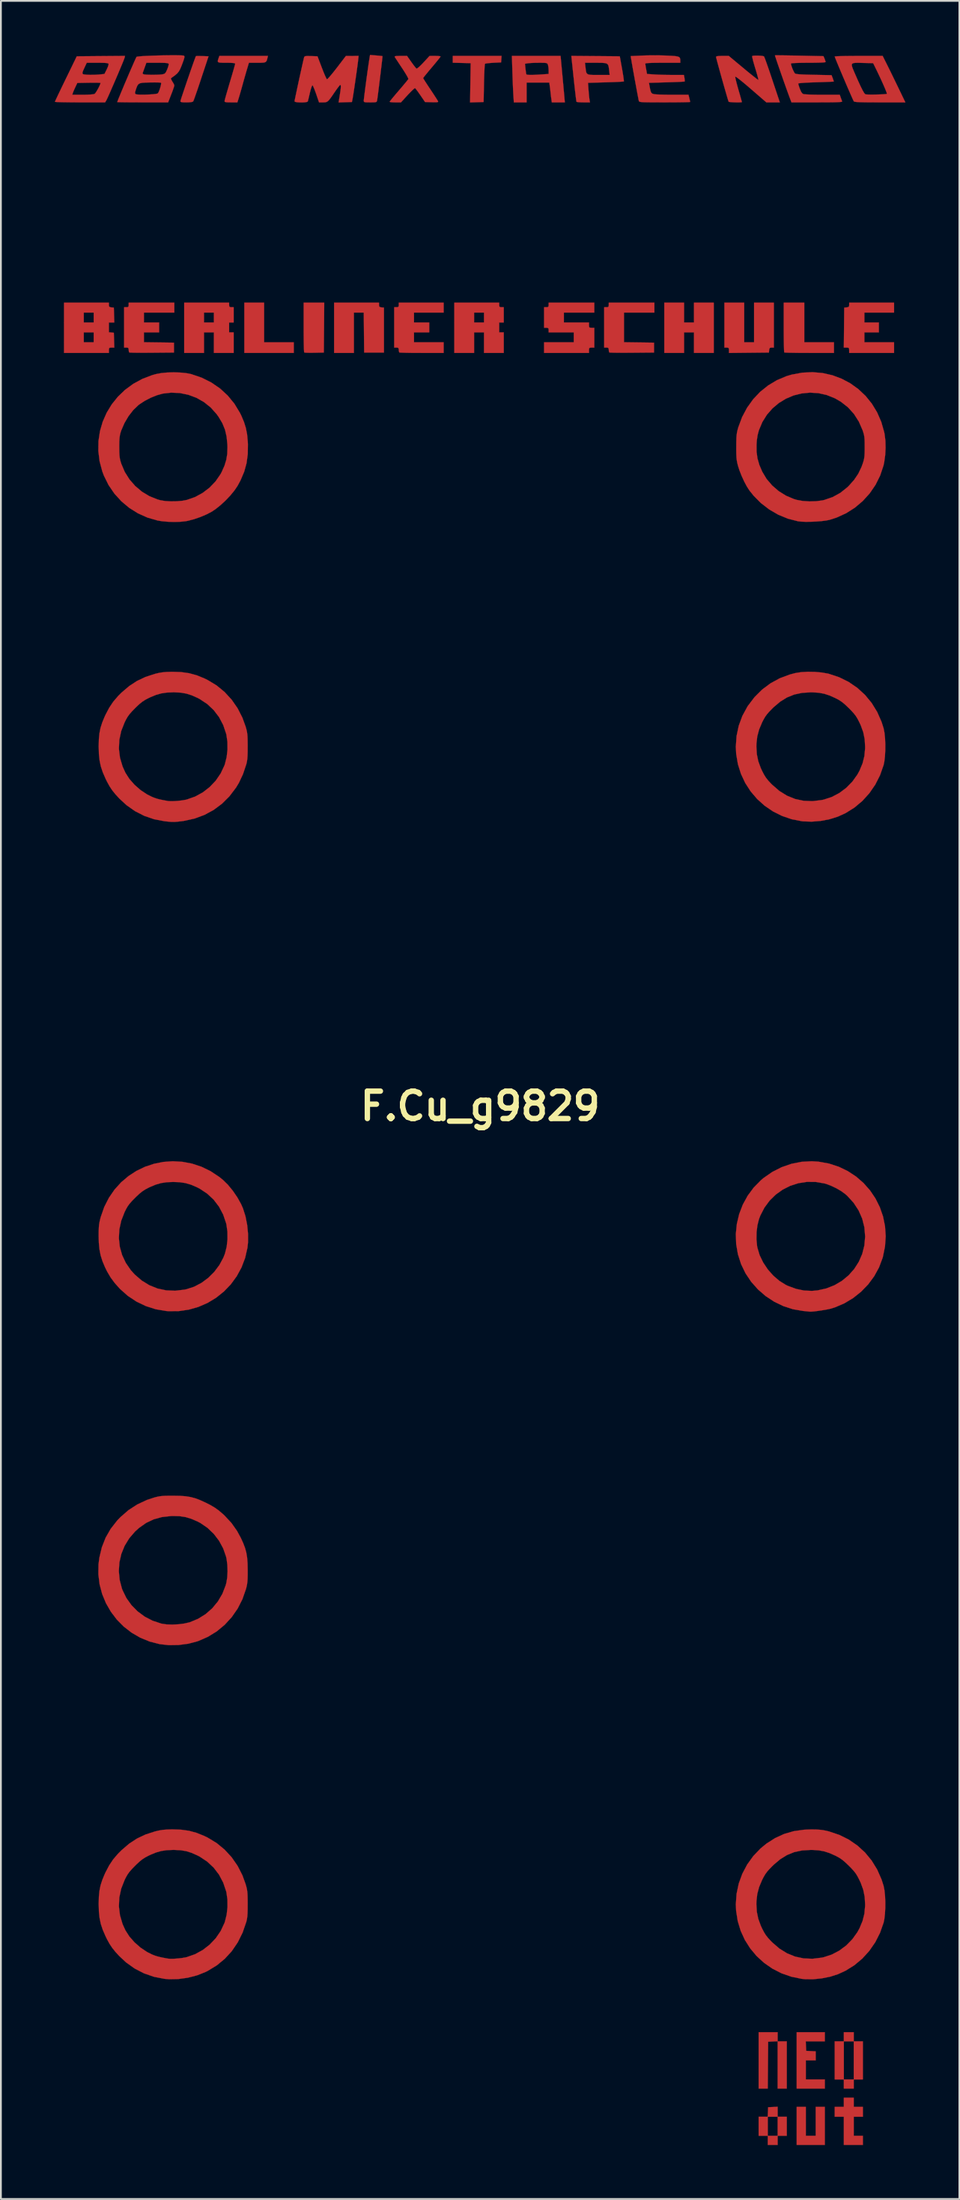
<source format=kicad_pcb>
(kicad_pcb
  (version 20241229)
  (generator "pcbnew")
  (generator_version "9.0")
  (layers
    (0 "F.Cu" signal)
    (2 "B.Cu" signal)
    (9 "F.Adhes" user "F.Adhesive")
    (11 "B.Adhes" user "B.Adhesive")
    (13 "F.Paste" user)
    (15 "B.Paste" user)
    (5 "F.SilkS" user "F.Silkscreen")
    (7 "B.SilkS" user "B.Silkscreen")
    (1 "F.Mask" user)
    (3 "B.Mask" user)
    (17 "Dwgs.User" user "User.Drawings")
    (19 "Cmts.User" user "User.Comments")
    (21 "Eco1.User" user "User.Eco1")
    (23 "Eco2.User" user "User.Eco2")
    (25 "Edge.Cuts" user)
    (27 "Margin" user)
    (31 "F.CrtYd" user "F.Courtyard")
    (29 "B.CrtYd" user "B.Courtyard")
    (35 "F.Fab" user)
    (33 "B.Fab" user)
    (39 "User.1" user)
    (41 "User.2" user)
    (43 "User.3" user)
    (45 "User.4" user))
  (footprint "F.Cu_g9829"
    (layer "F.Cu")
    (at 23.668 58.436)
    (property "Reference" "F.Cu_g9829" (at 0 0 0) (layer "F.SilkS") (effects (font (size 1.524 1.524) (thickness 0.3))))
    (attr through_hole)
    (fp_poly (pts (xy 17.06 54.61) (xy 16.552 54.61) (xy 16.552 51.985) (xy 17.06 51.985) (xy 17.06 54.61)) (stroke (width 0.01) (type solid)) (fill yes) (layer "F.Cu"))
    (fp_poly (pts (xy -12.023 -42.46) (xy -10.372 -42.46) (xy -10.372 -41.868) (xy -13.123 -41.868) (xy -13.123 -44.662) (xy -12.023 -44.662) (xy -12.023 -42.46)) (stroke (width 0.01) (type solid)) (fill yes) (layer "F.Cu"))
    (fp_poly (pts (xy 16.552 51.981) (xy 16.288 51.994) (xy 16.023 52.007) (xy 16.001 54.61) (xy 15.494 54.61) (xy 15.494 51.477) (xy 16.552 51.477) (xy 16.552 51.981)) (stroke (width 0.01) (type solid)) (fill yes) (layer "F.Cu"))
    (fp_poly (pts (xy 18.119 57.235) (xy 18.669 57.235) (xy 18.669 55.626) (xy 19.177 55.626) (xy 19.177 57.743) (xy 17.611 57.743) (xy 17.611 55.626) (xy 18.119 55.626) (xy 18.119 57.235)) (stroke (width 0.01) (type solid)) (fill yes) (layer "F.Cu"))
    (fp_poly (pts (xy 11.345 -43.561) (xy 11.896 -43.561) (xy 11.896 -44.662) (xy 12.996 -44.662) (xy 12.996 -41.868) (xy 11.896 -41.868) (xy 11.896 -43.011) (xy 11.345 -43.011) (xy 11.345 -41.868) (xy 10.245 -41.868) (xy 10.245 -44.662) (xy 11.345 -44.662) (xy 11.345 -43.561)) (stroke (width 0.01) (type solid)) (fill yes) (layer "F.Cu"))
    (fp_poly (pts (xy -5.63 -44.537) (xy -5.619 -44.45) (xy -5.569 -44.412) (xy -5.493 -44.4) (xy -5.355 -44.386) (xy -5.355 -41.889) (xy -6.456 -41.889) (xy -6.467 -43) (xy -6.478 -44.111) (xy -7.027 -44.111) (xy -7.027 -41.868) (xy -8.128 -41.868) (xy -8.128 -44.662) (xy -5.63 -44.662) (xy -5.63 -44.537)) (stroke (width 0.01) (type solid)) (fill yes) (layer "F.Cu"))
    (fp_poly (pts (xy 19.177 51.985) (xy 18.115 51.985) (xy 18.127 52.25) (xy 18.14 52.514) (xy 18.404 52.527) (xy 18.669 52.54) (xy 18.669 53.044) (xy 18.119 53.044) (xy 18.119 54.102) (xy 19.177 54.102) (xy 19.177 54.61) (xy 17.611 54.61) (xy 17.611 51.477) (xy 19.177 51.477) (xy 19.177 51.985)) (stroke (width 0.01) (type solid)) (fill yes) (layer "F.Cu"))
    (fp_poly (pts (xy 20.786 55.626) (xy 21.294 55.626) (xy 21.294 56.176) (xy 20.786 56.176) (xy 20.786 57.235) (xy 21.294 57.235) (xy 21.294 57.743) (xy 20.235 57.743) (xy 20.235 56.176) (xy 19.727 56.176) (xy 19.727 55.626) (xy 20.235 55.626) (xy 20.235 55.118) (xy 20.786 55.118) (xy 20.786 55.626)) (stroke (width 0.01) (type solid)) (fill yes) (layer "F.Cu"))
    (fp_poly (pts (xy 21.294 51.985) (xy 21.294 54.102) (xy 20.786 54.102) (xy 20.786 54.61) (xy 20.235 54.61) (xy 20.235 54.102) (xy 19.727 54.102) (xy 19.727 51.985) (xy 20.235 51.985) (xy 20.235 54.102) (xy 20.786 54.102) (xy 20.786 51.985) (xy 20.235 51.985) (xy 20.235 51.477) (xy 20.786 51.477) (xy 20.786 51.985) (xy 21.294 51.985)) (stroke (width 0.01) (type solid)) (fill yes) (layer "F.Cu"))
    (fp_poly (pts (xy -8.688 -43.275) (xy -8.7 -41.889) (xy -9.231 -41.877) (xy -9.435 -41.875) (xy -9.608 -41.877) (xy -9.732 -41.884) (xy -9.79 -41.894) (xy -9.792 -41.895) (xy -9.799 -41.943) (xy -9.806 -42.065) (xy -9.811 -42.252) (xy -9.816 -42.492) (xy -9.819 -42.776) (xy -9.821 -43.094) (xy -9.821 -43.293) (xy -9.821 -44.662) (xy -8.677 -44.662) (xy -8.688 -43.275)) (stroke (width 0.01) (type solid)) (fill yes) (layer "F.Cu"))
    (fp_poly (pts (xy 14.69 -42.46) (xy 15.24 -42.46) (xy 15.24 -44.662) (xy 16.341 -44.662) (xy 16.341 -42.164) (xy 16.216 -42.164) (xy 16.129 -42.153) (xy 16.091 -42.102) (xy 16.079 -42.026) (xy 16.066 -41.889) (xy 13.843 -41.866) (xy 13.843 -42.015) (xy 13.836 -42.115) (xy 13.8 -42.156) (xy 13.716 -42.164) (xy 13.589 -42.164) (xy 13.589 -44.662) (xy 14.69 -44.662) (xy 14.69 -42.46)) (stroke (width 0.01) (type solid)) (fill yes) (layer "F.Cu"))
    (fp_poly (pts (xy 1.177 -58.198) (xy 1.164 -58.018) (xy 0.734 -57.997) (xy 0.549 -57.984) (xy 0.397 -57.969) (xy 0.297 -57.951) (xy 0.268 -57.94) (xy 0.257 -57.89) (xy 0.246 -57.767) (xy 0.236 -57.583) (xy 0.226 -57.35) (xy 0.217 -57.08) (xy 0.212 -56.861) (xy 0.191 -55.816) (xy -0.562 -55.792) (xy -0.529 -57.975) (xy -1.027 -57.987) (xy -1.524 -57.999) (xy -1.524 -58.378) (xy 1.19 -58.378) (xy 1.177 -58.198)) (stroke (width 0.01) (type solid)) (fill yes) (layer "F.Cu"))
    (fp_poly (pts (xy 17.06 56.176) (xy 17.06 57.235) (xy 16.552 57.235) (xy 16.552 57.743) (xy 16.002 57.743) (xy 16.002 57.235) (xy 15.494 57.235) (xy 15.494 56.176) (xy 15.998 56.176) (xy 16.002 56.176) (xy 16.002 57.235) (xy 16.552 57.235) (xy 16.552 56.176) (xy 16.002 56.176) (xy 15.998 56.176) (xy 16.011 55.912) (xy 16.023 55.647) (xy 16.288 55.635) (xy 16.552 55.622) (xy 16.552 56.176) (xy 17.06 56.176)) (stroke (width 0.01) (type solid)) (fill yes) (layer "F.Cu"))
    (fp_poly (pts (xy 18.034 -42.46) (xy 19.685 -42.46) (xy 19.685 -41.868) (xy 18.316 -41.868) (xy 17.984 -41.869) (xy 17.679 -41.871) (xy 17.412 -41.875) (xy 17.192 -41.879) (xy 17.031 -41.885) (xy 16.938 -41.892) (xy 16.919 -41.896) (xy 16.912 -41.944) (xy 16.906 -42.066) (xy 16.901 -42.252) (xy 16.896 -42.492) (xy 16.893 -42.776) (xy 16.891 -43.094) (xy 16.891 -43.293) (xy 16.891 -44.662) (xy 18.034 -44.662) (xy 18.034 -42.46)) (stroke (width 0.01) (type solid)) (fill yes) (layer "F.Cu"))
    (fp_poly (pts (xy 23.029 -44.111) (xy 21.378 -44.111) (xy 21.378 -43.561) (xy 22.183 -43.561) (xy 22.183 -43.011) (xy 21.378 -43.011) (xy 21.378 -42.46) (xy 23.029 -42.46) (xy 23.029 -41.868) (xy 20.532 -41.868) (xy 20.532 -42.016) (xy 20.525 -42.115) (xy 20.488 -42.156) (xy 20.395 -42.164) (xy 20.383 -42.164) (xy 20.234 -42.164) (xy 20.256 -44.386) (xy 20.394 -44.4) (xy 20.49 -44.419) (xy 20.527 -44.468) (xy 20.532 -44.537) (xy 20.532 -44.662) (xy 23.029 -44.662) (xy 23.029 -44.111)) (stroke (width 0.01) (type solid)) (fill yes) (layer "F.Cu"))
    (fp_poly (pts (xy -13.97 -44.535) (xy -13.96 -44.445) (xy -13.91 -44.412) (xy -13.843 -44.408) (xy -13.716 -44.408) (xy -13.716 -43.561) (xy -13.97 -43.561) (xy -13.97 -43.011) (xy -13.716 -43.011) (xy -13.716 -41.868) (xy -14.817 -41.868) (xy -14.817 -43.011) (xy -15.367 -43.011) (xy -15.367 -41.868) (xy -16.468 -41.868) (xy -16.468 -44.111) (xy -15.367 -44.111) (xy -15.367 -43.561) (xy -14.817 -43.561) (xy -14.817 -44.111) (xy -15.367 -44.111) (xy -16.468 -44.111) (xy -16.468 -44.662) (xy -13.97 -44.662) (xy -13.97 -44.535)) (stroke (width 0.01) (type solid)) (fill yes) (layer "F.Cu"))
    (fp_poly (pts (xy 1.058 -44.535) (xy 1.069 -44.445) (xy 1.118 -44.412) (xy 1.185 -44.408) (xy 1.312 -44.408) (xy 1.312 -43.561) (xy 1.058 -43.561) (xy 1.058 -43.011) (xy 1.312 -43.011) (xy 1.312 -41.868) (xy 0.212 -41.868) (xy 0.212 -43.011) (xy -0.339 -43.011) (xy -0.339 -41.868) (xy -1.439 -41.868) (xy -1.439 -44.111) (xy -0.339 -44.111) (xy -0.339 -43.561) (xy 0.212 -43.561) (xy 0.212 -44.111) (xy -0.339 -44.111) (xy -1.439 -44.111) (xy -1.439 -44.662) (xy 1.058 -44.662) (xy 1.058 -44.535)) (stroke (width 0.01) (type solid)) (fill yes) (layer "F.Cu"))
    (fp_poly (pts (xy 9.694 -44.111) (xy 8.001 -44.111) (xy 8.001 -42.462) (xy 8.837 -42.451) (xy 9.673 -42.439) (xy 9.673 -41.889) (xy 8.443 -41.878) (xy 8.128 -41.876) (xy 7.841 -41.876) (xy 7.593 -41.878) (xy 7.394 -41.882) (xy 7.255 -41.887) (xy 7.188 -41.893) (xy 7.183 -41.895) (xy 7.162 -41.955) (xy 7.154 -42.044) (xy 7.143 -42.129) (xy 7.091 -42.161) (xy 7.027 -42.164) (xy 6.9 -42.164) (xy 6.9 -44.408) (xy 7.027 -44.408) (xy 7.117 -44.418) (xy 7.15 -44.468) (xy 7.154 -44.535) (xy 7.154 -44.662) (xy 9.694 -44.662) (xy 9.694 -44.111)) (stroke (width 0.01) (type solid)) (fill yes) (layer "F.Cu"))
    (fp_poly (pts (xy -2.032 -44.111) (xy -3.683 -44.111) (xy -3.683 -43.561) (xy -2.836 -43.561) (xy -2.836 -43.011) (xy -3.683 -43.011) (xy -3.683 -42.46) (xy -2.032 -42.46) (xy -2.032 -41.868) (xy -3.253 -41.868) (xy -3.566 -41.869) (xy -3.851 -41.871) (xy -4.098 -41.875) (xy -4.296 -41.881) (xy -4.432 -41.887) (xy -4.498 -41.894) (xy -4.501 -41.896) (xy -4.522 -41.955) (xy -4.53 -42.044) (xy -4.541 -42.129) (xy -4.593 -42.161) (xy -4.657 -42.164) (xy -4.784 -42.164) (xy -4.784 -44.408) (xy -4.657 -44.408) (xy -4.567 -44.418) (xy -4.534 -44.468) (xy -4.53 -44.535) (xy -4.53 -44.662) (xy -2.032 -44.662) (xy -2.032 -44.111)) (stroke (width 0.01) (type solid)) (fill yes) (layer "F.Cu"))
    (fp_poly (pts (xy -17.018 -44.111) (xy -18.711 -44.111) (xy -18.711 -43.561) (xy -17.865 -43.561) (xy -17.865 -43.011) (xy -18.711 -43.011) (xy -18.711 -42.462) (xy -17.875 -42.451) (xy -17.039 -42.439) (xy -17.039 -41.889) (xy -18.27 -41.878) (xy -18.584 -41.876) (xy -18.871 -41.876) (xy -19.12 -41.878) (xy -19.319 -41.882) (xy -19.457 -41.887) (xy -19.525 -41.893) (xy -19.529 -41.895) (xy -19.55 -41.955) (xy -19.558 -42.044) (xy -19.569 -42.129) (xy -19.621 -42.161) (xy -19.685 -42.164) (xy -19.812 -42.164) (xy -19.812 -44.408) (xy -19.685 -44.408) (xy -19.595 -44.418) (xy -19.562 -44.468) (xy -19.558 -44.535) (xy -19.558 -44.662) (xy -17.018 -44.662) (xy -17.018 -44.111)) (stroke (width 0.01) (type solid)) (fill yes) (layer "F.Cu"))
    (fp_poly (pts (xy -15.507 -58.37) (xy -15.458 -58.369) (xy -15.115 -58.356) (xy -15.522 -57.129) (xy -15.624 -56.821) (xy -15.72 -56.537) (xy -15.806 -56.289) (xy -15.877 -56.087) (xy -15.931 -55.94) (xy -15.964 -55.859) (xy -15.97 -55.848) (xy -16.041 -55.817) (xy -16.189 -55.799) (xy -16.346 -55.795) (xy -16.519 -55.798) (xy -16.622 -55.81) (xy -16.67 -55.832) (xy -16.679 -55.858) (xy -16.666 -55.909) (xy -16.629 -56.028) (xy -16.572 -56.202) (xy -16.499 -56.42) (xy -16.415 -56.669) (xy -16.324 -56.937) (xy -16.229 -57.213) (xy -16.135 -57.485) (xy -16.046 -57.74) (xy -15.966 -57.967) (xy -15.899 -58.154) (xy -15.849 -58.288) (xy -15.821 -58.358) (xy -15.817 -58.365) (xy -15.77 -58.371) (xy -15.66 -58.373) (xy -15.507 -58.37)) (stroke (width 0.01) (type solid)) (fill yes) (layer "F.Cu"))
    (fp_poly (pts (xy 6.35 -44.111) (xy 4.657 -44.111) (xy 4.657 -43.561) (xy 6.054 -43.561) (xy 6.054 -43.413) (xy 6.06 -43.314) (xy 6.097 -43.273) (xy 6.191 -43.265) (xy 6.202 -43.265) (xy 6.35 -43.265) (xy 6.35 -42.164) (xy 6.202 -42.164) (xy 6.103 -42.157) (xy 6.062 -42.12) (xy 6.054 -42.027) (xy 6.054 -42.016) (xy 6.054 -41.868) (xy 3.556 -41.868) (xy 3.556 -42.46) (xy 5.207 -42.46) (xy 5.207 -43.011) (xy 3.81 -43.011) (xy 3.81 -43.138) (xy 3.8 -43.228) (xy 3.75 -43.261) (xy 3.683 -43.265) (xy 3.556 -43.265) (xy 3.556 -44.408) (xy 3.683 -44.408) (xy 3.773 -44.418) (xy 3.806 -44.468) (xy 3.81 -44.535) (xy 3.81 -44.662) (xy 6.35 -44.662) (xy 6.35 -44.111)) (stroke (width 0.01) (type solid)) (fill yes) (layer "F.Cu"))
    (fp_poly (pts (xy -20.659 -44.537) (xy -20.648 -44.45) (xy -20.597 -44.412) (xy -20.521 -44.4) (xy -20.384 -44.386) (xy -20.371 -43.974) (xy -20.359 -43.561) (xy -20.659 -43.561) (xy -20.659 -43.016) (xy -20.521 -43.003) (xy -20.384 -42.989) (xy -20.371 -42.577) (xy -20.359 -42.164) (xy -20.509 -42.164) (xy -20.609 -42.158) (xy -20.65 -42.121) (xy -20.659 -42.03) (xy -20.659 -42.016) (xy -20.659 -41.868) (xy -23.156 -41.868) (xy -23.156 -43.011) (xy -22.056 -43.011) (xy -22.056 -42.46) (xy -21.505 -42.46) (xy -21.505 -43.011) (xy -22.056 -43.011) (xy -23.156 -43.011) (xy -23.156 -44.111) (xy -22.056 -44.111) (xy -22.056 -43.561) (xy -21.505 -43.561) (xy -21.505 -44.111) (xy -22.056 -44.111) (xy -23.156 -44.111) (xy -23.156 -44.662) (xy -20.659 -44.662) (xy -20.659 -44.537)) (stroke (width 0.01) (type solid)) (fill yes) (layer "F.Cu"))
    (fp_poly (pts (xy -5.786 -58.403) (xy -5.627 -58.389) (xy -5.505 -58.376) (xy -5.441 -58.367) (xy -5.436 -58.365) (xy -5.438 -58.323) (xy -5.45 -58.209) (xy -5.469 -58.036) (xy -5.495 -57.818) (xy -5.525 -57.567) (xy -5.557 -57.295) (xy -5.592 -57.015) (xy -5.626 -56.741) (xy -5.658 -56.484) (xy -5.687 -56.257) (xy -5.711 -56.074) (xy -5.729 -55.947) (xy -5.738 -55.891) (xy -5.754 -55.844) (xy -5.788 -55.816) (xy -5.859 -55.801) (xy -5.983 -55.796) (xy -6.118 -55.795) (xy -6.292 -55.797) (xy -6.398 -55.803) (xy -6.453 -55.82) (xy -6.474 -55.851) (xy -6.477 -55.891) (xy -6.471 -55.96) (xy -6.455 -56.099) (xy -6.431 -56.294) (xy -6.401 -56.531) (xy -6.366 -56.795) (xy -6.329 -57.074) (xy -6.291 -57.352) (xy -6.254 -57.616) (xy -6.22 -57.852) (xy -6.191 -58.046) (xy -6.176 -58.14) (xy -6.129 -58.431) (xy -5.786 -58.403)) (stroke (width 0.01) (type solid)) (fill yes) (layer "F.Cu"))
    (fp_poly (pts (xy -11.837 -58.261) (xy -11.866 -58.149) (xy -11.901 -58.074) (xy -11.957 -58.029) (xy -12.051 -58.006) (xy -12.198 -57.998) (xy -12.404 -57.997) (xy -12.867 -57.997) (xy -12.972 -57.647) (xy -13.026 -57.466) (xy -13.093 -57.233) (xy -13.165 -56.98) (xy -13.229 -56.748) (xy -13.292 -56.523) (xy -13.353 -56.309) (xy -13.406 -56.128) (xy -13.444 -56.004) (xy -13.446 -55.996) (xy -13.511 -55.795) (xy -13.868 -55.795) (xy -14.046 -55.798) (xy -14.154 -55.808) (xy -14.209 -55.827) (xy -14.224 -55.859) (xy -14.224 -55.86) (xy -14.212 -55.918) (xy -14.179 -56.044) (xy -14.128 -56.228) (xy -14.062 -56.456) (xy -13.985 -56.718) (xy -13.928 -56.911) (xy -13.845 -57.188) (xy -13.772 -57.438) (xy -13.71 -57.651) (xy -13.664 -57.815) (xy -13.637 -57.918) (xy -13.631 -57.947) (xy -13.662 -57.97) (xy -13.757 -57.986) (xy -13.925 -57.995) (xy -14.118 -57.997) (xy -14.337 -57.998) (xy -14.482 -58.005) (xy -14.566 -58.025) (xy -14.6 -58.064) (xy -14.595 -58.129) (xy -14.565 -58.227) (xy -14.559 -58.244) (xy -14.512 -58.378) (xy -11.809 -58.378) (xy -11.837 -58.261)) (stroke (width 0.01) (type solid)) (fill yes) (layer "F.Cu"))
    (fp_poly (pts (xy 4.567 -57.372) (xy 4.595 -57.07) (xy 4.622 -56.779) (xy 4.646 -56.515) (xy 4.666 -56.294) (xy 4.681 -56.133) (xy 4.685 -56.081) (xy 4.71 -55.795) (xy 3.987 -55.795) (xy 3.964 -55.954) (xy 3.945 -56.092) (xy 3.925 -56.262) (xy 3.916 -56.346) (xy 3.897 -56.513) (xy 3.877 -56.673) (xy 3.868 -56.737) (xy 3.845 -56.896) (xy 2.582 -56.896) (xy 2.582 -55.795) (xy 1.874 -55.795) (xy 1.848 -56.187) (xy 1.838 -56.353) (xy 1.827 -56.583) (xy 1.816 -56.856) (xy 1.804 -57.152) (xy 1.794 -57.451) (xy 1.793 -57.478) (xy 1.779 -57.942) (xy 2.492 -57.942) (xy 2.521 -57.663) (xy 2.539 -57.515) (xy 2.556 -57.403) (xy 2.569 -57.351) (xy 2.62 -57.331) (xy 2.744 -57.322) (xy 2.944 -57.323) (xy 3.224 -57.336) (xy 3.397 -57.347) (xy 3.81 -57.374) (xy 3.81 -57.577) (xy 3.801 -57.724) (xy 3.779 -57.853) (xy 3.769 -57.888) (xy 3.748 -57.936) (xy 3.717 -57.967) (xy 3.66 -57.985) (xy 3.561 -57.994) (xy 3.404 -57.996) (xy 3.271 -57.996) (xy 3.064 -57.994) (xy 2.871 -57.987) (xy 2.719 -57.977) (xy 2.654 -57.969) (xy 2.492 -57.942) (xy 1.779 -57.942) (xy 1.765 -58.378) (xy 4.474 -58.378) (xy 4.567 -57.372)) (stroke (width 0.01) (type solid)) (fill yes) (layer "F.Cu"))
    (fp_poly (pts (xy 6.42 -58.368) (xy 7.768 -58.356) (xy 7.892 -57.669) (xy 7.932 -57.438) (xy 7.964 -57.238) (xy 7.986 -57.082) (xy 7.995 -56.985) (xy 7.994 -56.959) (xy 7.947 -56.952) (xy 7.828 -56.943) (xy 7.648 -56.934) (xy 7.42 -56.924) (xy 7.156 -56.915) (xy 6.986 -56.91) (xy 6 -56.882) (xy 6.026 -56.508) (xy 6.042 -56.314) (xy 6.059 -56.131) (xy 6.076 -55.991) (xy 6.08 -55.964) (xy 6.107 -55.795) (xy 5.744 -55.795) (xy 5.577 -55.799) (xy 5.446 -55.809) (xy 5.37 -55.823) (xy 5.36 -55.83) (xy 5.352 -55.866) (xy 5.338 -55.956) (xy 5.319 -56.105) (xy 5.294 -56.316) (xy 5.262 -56.594) (xy 5.224 -56.942) (xy 5.179 -57.365) (xy 5.126 -57.866) (xy 5.112 -57.997) (xy 5.831 -57.997) (xy 5.861 -57.734) (xy 5.879 -57.58) (xy 5.9 -57.469) (xy 5.939 -57.395) (xy 6.007 -57.351) (xy 6.118 -57.328) (xy 6.285 -57.32) (xy 6.52 -57.319) (xy 6.589 -57.319) (xy 7.206 -57.319) (xy 7.178 -57.563) (xy 7.159 -57.717) (xy 7.138 -57.83) (xy 7.1 -57.907) (xy 7.035 -57.956) (xy 6.929 -57.982) (xy 6.771 -57.994) (xy 6.547 -57.996) (xy 6.376 -57.996) (xy 5.831 -57.997) (xy 5.112 -57.997) (xy 5.097 -58.135) (xy 5.072 -58.379) (xy 6.42 -58.368)) (stroke (width 0.01) (type solid)) (fill yes) (layer "F.Cu"))
    (fp_poly (pts (xy 22.633 -57.901) (xy 22.728 -57.71) (xy 22.85 -57.464) (xy 22.986 -57.184) (xy 23.128 -56.893) (xy 23.264 -56.612) (xy 23.265 -56.61) (xy 23.658 -55.795) (xy 22.248 -55.795) (xy 21.849 -55.796) (xy 21.527 -55.798) (xy 21.275 -55.802) (xy 21.084 -55.808) (xy 20.947 -55.816) (xy 20.858 -55.827) (xy 20.807 -55.841) (xy 20.792 -55.852) (xy 20.765 -55.902) (xy 20.711 -56.018) (xy 20.635 -56.189) (xy 20.542 -56.402) (xy 20.435 -56.646) (xy 20.322 -56.91) (xy 20.206 -57.182) (xy 20.092 -57.45) (xy 19.985 -57.703) (xy 19.928 -57.84) (xy 20.677 -57.84) (xy 20.718 -57.707) (xy 20.798 -57.516) (xy 20.865 -57.361) (xy 21.031 -56.984) (xy 21.169 -56.685) (xy 21.28 -56.464) (xy 21.364 -56.319) (xy 21.421 -56.25) (xy 21.43 -56.245) (xy 21.494 -56.236) (xy 21.62 -56.23) (xy 21.789 -56.228) (xy 21.982 -56.23) (xy 22.179 -56.235) (xy 22.362 -56.242) (xy 22.51 -56.251) (xy 22.605 -56.262) (xy 22.629 -56.269) (xy 22.622 -56.317) (xy 22.582 -56.429) (xy 22.514 -56.595) (xy 22.422 -56.806) (xy 22.312 -57.049) (xy 22.188 -57.314) (xy 22.055 -57.591) (xy 22.001 -57.7) (xy 21.865 -57.975) (xy 21.332 -57.987) (xy 21.062 -57.994) (xy 20.869 -57.992) (xy 20.746 -57.973) (xy 20.684 -57.926) (xy 20.677 -57.84) (xy 19.928 -57.84) (xy 19.891 -57.93) (xy 19.813 -58.118) (xy 19.758 -58.256) (xy 19.73 -58.333) (xy 19.727 -58.344) (xy 19.768 -58.352) (xy 19.883 -58.36) (xy 20.063 -58.366) (xy 20.297 -58.372) (xy 20.575 -58.375) (xy 20.888 -58.377) (xy 21.06 -58.378) (xy 22.394 -58.378) (xy 22.633 -57.901)) (stroke (width 0.01) (type solid)) (fill yes) (layer "F.Cu"))
    (fp_poly (pts (xy 15.455 -58.395) (xy 15.601 -58.387) (xy 15.722 -58.373) (xy 15.789 -58.353) (xy 15.792 -58.35) (xy 15.815 -58.301) (xy 15.862 -58.182) (xy 15.927 -58.002) (xy 16.008 -57.772) (xy 16.102 -57.501) (xy 16.203 -57.201) (xy 16.253 -57.052) (xy 16.673 -55.795) (xy 15.925 -55.795) (xy 15.064 -56.54) (xy 14.785 -56.779) (xy 14.556 -56.969) (xy 14.38 -57.108) (xy 14.26 -57.195) (xy 14.198 -57.226) (xy 14.19 -57.222) (xy 14.197 -57.162) (xy 14.225 -57.036) (xy 14.269 -56.859) (xy 14.327 -56.646) (xy 14.37 -56.494) (xy 14.435 -56.271) (xy 14.49 -56.077) (xy 14.532 -55.927) (xy 14.557 -55.835) (xy 14.563 -55.812) (xy 14.524 -55.801) (xy 14.425 -55.795) (xy 14.288 -55.794) (xy 14.136 -55.798) (xy 13.993 -55.806) (xy 13.882 -55.817) (xy 13.827 -55.83) (xy 13.825 -55.832) (xy 13.807 -55.883) (xy 13.77 -56.003) (xy 13.718 -56.18) (xy 13.654 -56.401) (xy 13.581 -56.654) (xy 13.504 -56.926) (xy 13.425 -57.205) (xy 13.349 -57.478) (xy 13.278 -57.734) (xy 13.217 -57.958) (xy 13.168 -58.14) (xy 13.136 -58.265) (xy 13.123 -58.323) (xy 13.123 -58.324) (xy 13.151 -58.353) (xy 13.24 -58.37) (xy 13.401 -58.377) (xy 13.477 -58.378) (xy 13.831 -58.378) (xy 14.647 -57.699) (xy 14.87 -57.514) (xy 15.072 -57.35) (xy 15.243 -57.214) (xy 15.374 -57.112) (xy 15.457 -57.052) (xy 15.482 -57.039) (xy 15.477 -57.084) (xy 15.45 -57.196) (xy 15.405 -57.36) (xy 15.346 -57.563) (xy 15.303 -57.7) (xy 15.238 -57.92) (xy 15.185 -58.111) (xy 15.149 -58.259) (xy 15.132 -58.349) (xy 15.134 -58.37) (xy 15.193 -58.387) (xy 15.309 -58.395) (xy 15.455 -58.395)) (stroke (width 0.01) (type solid)) (fill yes) (layer "F.Cu"))
    (fp_poly (pts (xy -2.508 -58.378) (xy -2.36 -58.374) (xy -2.251 -58.363) (xy -2.203 -58.348) (xy -2.203 -58.346) (xy -2.229 -58.305) (xy -2.302 -58.211) (xy -2.413 -58.074) (xy -2.552 -57.906) (xy -2.689 -57.743) (xy -2.846 -57.557) (xy -2.981 -57.393) (xy -3.087 -57.263) (xy -3.154 -57.176) (xy -3.175 -57.145) (xy -3.152 -57.104) (xy -3.09 -57.003) (xy -2.996 -56.857) (xy -2.877 -56.676) (xy -2.768 -56.513) (xy -2.633 -56.31) (xy -2.515 -56.129) (xy -2.421 -55.983) (xy -2.36 -55.884) (xy -2.34 -55.849) (xy -2.345 -55.821) (xy -2.396 -55.806) (xy -2.505 -55.801) (xy -2.686 -55.804) (xy -2.694 -55.804) (xy -3.069 -55.816) (xy -3.328 -56.195) (xy -3.437 -56.351) (xy -3.531 -56.479) (xy -3.599 -56.562) (xy -3.627 -56.588) (xy -3.669 -56.564) (xy -3.756 -56.487) (xy -3.875 -56.371) (xy -4.015 -56.225) (xy -4.039 -56.199) (xy -4.409 -55.795) (xy -4.724 -55.795) (xy -4.874 -55.799) (xy -4.986 -55.81) (xy -5.036 -55.824) (xy -5.037 -55.827) (xy -5.011 -55.868) (xy -4.938 -55.962) (xy -4.826 -56.098) (xy -4.685 -56.266) (xy -4.526 -56.452) (xy -4.363 -56.642) (xy -4.219 -56.813) (xy -4.103 -56.953) (xy -4.025 -57.05) (xy -3.994 -57.093) (xy -4.01 -57.144) (xy -4.065 -57.251) (xy -4.154 -57.402) (xy -4.268 -57.583) (xy -4.349 -57.707) (xy -4.48 -57.903) (xy -4.594 -58.076) (xy -4.685 -58.213) (xy -4.742 -58.301) (xy -4.757 -58.325) (xy -4.753 -58.351) (xy -4.696 -58.368) (xy -4.574 -58.376) (xy -4.429 -58.378) (xy -4.07 -58.378) (xy -3.832 -58.04) (xy -3.725 -57.892) (xy -3.632 -57.77) (xy -3.566 -57.692) (xy -3.546 -57.673) (xy -3.497 -57.69) (xy -3.402 -57.765) (xy -3.271 -57.89) (xy -3.156 -58.011) (xy -2.815 -58.379) (xy -2.508 -58.378)) (stroke (width 0.01) (type solid)) (fill yes) (layer "F.Cu"))
    (fp_poly (pts (xy -19.787 -58.273) (xy -19.812 -58.202) (xy -19.865 -58.067) (xy -19.942 -57.879) (xy -20.038 -57.651) (xy -20.145 -57.396) (xy -20.26 -57.127) (xy -20.377 -56.856) (xy -20.491 -56.595) (xy -20.595 -56.357) (xy -20.685 -56.155) (xy -20.756 -56.001) (xy -20.801 -55.908) (xy -20.811 -55.891) (xy -20.872 -55.795) (xy -22.268 -55.795) (xy -22.602 -55.796) (xy -22.908 -55.799) (xy -23.174 -55.803) (xy -23.393 -55.808) (xy -23.553 -55.815) (xy -23.644 -55.822) (xy -23.663 -55.827) (xy -23.644 -55.871) (xy -23.593 -55.983) (xy -23.514 -56.152) (xy -23.482 -56.219) (xy -22.696 -56.219) (xy -22.119 -56.219) (xy -21.882 -56.222) (xy -21.682 -56.232) (xy -21.535 -56.246) (xy -21.456 -56.265) (xy -21.456 -56.265) (xy -21.406 -56.319) (xy -21.336 -56.425) (xy -21.259 -56.559) (xy -21.189 -56.697) (xy -21.14 -56.812) (xy -21.124 -56.875) (xy -21.164 -56.882) (xy -21.274 -56.887) (xy -21.44 -56.889) (xy -21.647 -56.888) (xy -21.77 -56.887) (xy -22.416 -56.875) (xy -22.527 -56.642) (xy -22.592 -56.5) (xy -22.645 -56.375) (xy -22.667 -56.314) (xy -22.696 -56.219) (xy -23.482 -56.219) (xy -23.41 -56.369) (xy -23.287 -56.626) (xy -23.148 -56.913) (xy -23.053 -57.108) (xy -22.883 -57.457) (xy -22.129 -57.457) (xy -22.129 -57.394) (xy -22.092 -57.362) (xy -22.045 -57.349) (xy -21.902 -57.333) (xy -21.704 -57.326) (xy -21.481 -57.328) (xy -21.262 -57.339) (xy -21.17 -57.347) (xy -20.908 -57.374) (xy -20.78 -57.626) (xy -20.718 -57.764) (xy -20.681 -57.876) (xy -20.676 -57.938) (xy -20.702 -57.962) (xy -20.768 -57.979) (xy -20.885 -57.99) (xy -21.065 -57.995) (xy -21.294 -57.997) (xy -21.89 -57.997) (xy -22.015 -57.732) (xy -22.091 -57.565) (xy -22.129 -57.457) (xy -22.883 -57.457) (xy -22.446 -58.356) (xy -21.103 -58.368) (xy -19.76 -58.379) (xy -19.787 -58.273)) (stroke (width 0.01) (type solid)) (fill yes) (layer "F.Cu"))
    (fp_poly (pts (xy -6.794 -58.113) (xy -6.81 -57.976) (xy -6.836 -57.779) (xy -6.869 -57.538) (xy -6.907 -57.27) (xy -6.948 -56.99) (xy -6.988 -56.714) (xy -7.026 -56.459) (xy -7.06 -56.239) (xy -7.087 -56.071) (xy -7.105 -55.971) (xy -7.105 -55.97) (xy -7.137 -55.816) (xy -7.508 -55.804) (xy -7.878 -55.792) (xy -7.855 -55.931) (xy -7.807 -56.225) (xy -7.774 -56.445) (xy -7.756 -56.6) (xy -7.753 -56.699) (xy -7.762 -56.753) (xy -7.784 -56.769) (xy -7.785 -56.769) (xy -7.822 -56.736) (xy -7.895 -56.646) (xy -7.992 -56.515) (xy -8.088 -56.377) (xy -8.234 -56.163) (xy -8.344 -56.009) (xy -8.429 -55.906) (xy -8.501 -55.842) (xy -8.571 -55.81) (xy -8.65 -55.797) (xy -8.745 -55.795) (xy -8.966 -55.795) (xy -9.129 -56.272) (xy -9.196 -56.457) (xy -9.257 -56.608) (xy -9.305 -56.711) (xy -9.335 -56.748) (xy -9.361 -56.709) (xy -9.399 -56.605) (xy -9.444 -56.453) (xy -9.476 -56.325) (xy -9.519 -56.142) (xy -9.556 -55.987) (xy -9.582 -55.882) (xy -9.591 -55.848) (xy -9.638 -55.82) (xy -9.743 -55.801) (xy -9.883 -55.792) (xy -10.035 -55.793) (xy -10.175 -55.802) (xy -10.281 -55.821) (xy -10.329 -55.849) (xy -10.329 -55.853) (xy -10.321 -55.906) (xy -10.296 -56.029) (xy -10.259 -56.209) (xy -10.211 -56.433) (xy -10.157 -56.688) (xy -10.098 -56.962) (xy -10.037 -57.241) (xy -9.977 -57.512) (xy -9.921 -57.764) (xy -9.872 -57.983) (xy -9.832 -58.155) (xy -9.805 -58.269) (xy -9.796 -58.305) (xy -9.774 -58.342) (xy -9.727 -58.363) (xy -9.636 -58.372) (xy -9.485 -58.371) (xy -9.412 -58.369) (xy -9.052 -58.356) (xy -8.812 -57.725) (xy -8.728 -57.509) (xy -8.651 -57.323) (xy -8.586 -57.181) (xy -8.541 -57.096) (xy -8.526 -57.077) (xy -8.487 -57.105) (xy -8.405 -57.19) (xy -8.291 -57.323) (xy -8.151 -57.494) (xy -7.995 -57.692) (xy -7.975 -57.718) (xy -7.472 -58.375) (xy -7.118 -58.376) (xy -6.765 -58.378) (xy -6.794 -58.113)) (stroke (width 0.01) (type solid)) (fill yes) (layer "F.Cu"))
    (fp_poly (pts (xy 9.967 -58.408) (xy 10.282 -58.4) (xy 10.349 -58.397) (xy 10.624 -58.384) (xy 10.826 -58.37) (xy 10.966 -58.35) (xy 11.056 -58.32) (xy 11.106 -58.277) (xy 11.128 -58.215) (xy 11.134 -58.131) (xy 11.134 -58.105) (xy 11.134 -57.997) (xy 10.16 -57.997) (xy 9.819 -57.995) (xy 9.557 -57.991) (xy 9.369 -57.983) (xy 9.249 -57.972) (xy 9.193 -57.957) (xy 9.186 -57.949) (xy 9.194 -57.884) (xy 9.212 -57.764) (xy 9.235 -57.637) (xy 9.283 -57.374) (xy 9.69 -57.347) (xy 9.89 -57.336) (xy 10.144 -57.328) (xy 10.421 -57.322) (xy 10.689 -57.32) (xy 10.717 -57.32) (xy 11.338 -57.319) (xy 11.367 -57.147) (xy 11.381 -57.036) (xy 11.381 -56.965) (xy 11.377 -56.956) (xy 11.332 -56.95) (xy 11.213 -56.942) (xy 11.034 -56.933) (xy 10.807 -56.924) (xy 10.543 -56.915) (xy 10.375 -56.91) (xy 9.391 -56.882) (xy 9.418 -56.73) (xy 9.456 -56.53) (xy 9.491 -56.398) (xy 9.532 -56.318) (xy 9.59 -56.275) (xy 9.674 -56.253) (xy 9.721 -56.246) (xy 9.825 -56.237) (xy 9.997 -56.23) (xy 10.219 -56.224) (xy 10.475 -56.22) (xy 10.746 -56.219) (xy 10.754 -56.219) (xy 11.589 -56.219) (xy 11.637 -56.031) (xy 11.665 -55.913) (xy 11.682 -55.834) (xy 11.684 -55.819) (xy 11.643 -55.813) (xy 11.528 -55.808) (xy 11.347 -55.804) (xy 11.111 -55.8) (xy 10.83 -55.797) (xy 10.513 -55.796) (xy 10.269 -55.795) (xy 9.884 -55.796) (xy 9.575 -55.797) (xy 9.335 -55.799) (xy 9.153 -55.803) (xy 9.021 -55.809) (xy 8.932 -55.818) (xy 8.877 -55.83) (xy 8.846 -55.845) (xy 8.832 -55.864) (xy 8.83 -55.869) (xy 8.817 -55.927) (xy 8.792 -56.055) (xy 8.757 -56.239) (xy 8.714 -56.467) (xy 8.667 -56.724) (xy 8.616 -56.998) (xy 8.566 -57.275) (xy 8.518 -57.542) (xy 8.474 -57.785) (xy 8.438 -57.991) (xy 8.412 -58.147) (xy 8.404 -58.192) (xy 8.376 -58.367) (xy 9.011 -58.397) (xy 9.295 -58.406) (xy 9.625 -58.41) (xy 9.967 -58.408)) (stroke (width 0.01) (type solid)) (fill yes) (layer "F.Cu"))
    (fp_poly (pts (xy 16.562 -58.411) (xy 16.744 -58.409) (xy 16.98 -58.406) (xy 17.26 -58.401) (xy 17.575 -58.396) (xy 17.757 -58.392) (xy 19.102 -58.364) (xy 19.161 -58.224) (xy 19.2 -58.119) (xy 19.219 -58.046) (xy 19.219 -58.04) (xy 19.177 -58.024) (xy 19.052 -58.012) (xy 18.845 -58.003) (xy 18.557 -57.998) (xy 18.269 -57.997) (xy 17.994 -57.995) (xy 17.748 -57.991) (xy 17.544 -57.984) (xy 17.394 -57.975) (xy 17.309 -57.964) (xy 17.296 -57.959) (xy 17.298 -57.901) (xy 17.329 -57.794) (xy 17.377 -57.663) (xy 17.434 -57.535) (xy 17.488 -57.436) (xy 17.51 -57.408) (xy 17.545 -57.387) (xy 17.616 -57.371) (xy 17.733 -57.358) (xy 17.903 -57.347) (xy 18.137 -57.338) (xy 18.444 -57.33) (xy 18.557 -57.328) (xy 19.55 -57.308) (xy 19.617 -57.137) (xy 19.655 -57.03) (xy 19.673 -56.963) (xy 19.672 -56.953) (xy 19.628 -56.949) (xy 19.511 -56.942) (xy 19.334 -56.935) (xy 19.108 -56.926) (xy 18.845 -56.917) (xy 18.678 -56.912) (xy 18.357 -56.901) (xy 18.091 -56.888) (xy 17.888 -56.874) (xy 17.754 -56.859) (xy 17.697 -56.844) (xy 17.695 -56.841) (xy 17.709 -56.781) (xy 17.744 -56.669) (xy 17.787 -56.547) (xy 17.859 -56.382) (xy 17.931 -56.287) (xy 17.98 -56.257) (xy 18.051 -56.246) (xy 18.193 -56.236) (xy 18.392 -56.228) (xy 18.635 -56.222) (xy 18.908 -56.219) (xy 19.044 -56.219) (xy 20.007 -56.219) (xy 20.063 -56.06) (xy 20.105 -55.944) (xy 20.136 -55.859) (xy 20.14 -55.848) (xy 20.129 -55.833) (xy 20.078 -55.821) (xy 19.982 -55.812) (xy 19.833 -55.805) (xy 19.624 -55.8) (xy 19.348 -55.797) (xy 18.999 -55.796) (xy 18.741 -55.795) (xy 17.322 -55.795) (xy 17.213 -56.081) (xy 17.158 -56.229) (xy 17.087 -56.425) (xy 17.004 -56.656) (xy 16.913 -56.912) (xy 16.818 -57.181) (xy 16.724 -57.45) (xy 16.635 -57.707) (xy 16.554 -57.941) (xy 16.487 -58.14) (xy 16.436 -58.292) (xy 16.407 -58.385) (xy 16.401 -58.409) (xy 16.444 -58.411) (xy 16.562 -58.411)) (stroke (width 0.01) (type solid)) (fill yes) (layer "F.Cu"))
    (fp_poly (pts (xy 18.829 3.088) (xy 19.411 3.193) (xy 19.956 3.371) (xy 20.46 3.615) (xy 20.921 3.919) (xy 21.332 4.277) (xy 21.692 4.684) (xy 21.995 5.133) (xy 22.237 5.618) (xy 22.416 6.133) (xy 22.526 6.673) (xy 22.564 7.232) (xy 22.525 7.803) (xy 22.407 8.38) (xy 22.388 8.445) (xy 22.192 8.967) (xy 21.923 9.457) (xy 21.587 9.91) (xy 21.194 10.316) (xy 20.75 10.669) (xy 20.265 10.961) (xy 19.745 11.184) (xy 19.511 11.257) (xy 19.376 11.288) (xy 19.196 11.322) (xy 18.992 11.355) (xy 18.785 11.385) (xy 18.594 11.409) (xy 18.44 11.423) (xy 18.343 11.425) (xy 18.33 11.423) (xy 18.281 11.417) (xy 18.169 11.405) (xy 18.015 11.39) (xy 17.961 11.385) (xy 17.404 11.289) (xy 16.868 11.116) (xy 16.359 10.871) (xy 15.886 10.56) (xy 15.458 10.19) (xy 15.081 9.766) (xy 14.765 9.295) (xy 14.518 8.785) (xy 14.341 8.233) (xy 14.244 7.67) (xy 14.235 7.397) (xy 15.372 7.397) (xy 15.406 7.768) (xy 15.426 7.874) (xy 15.551 8.289) (xy 15.748 8.694) (xy 16.003 9.076) (xy 16.307 9.42) (xy 16.647 9.713) (xy 17.012 9.939) (xy 17.127 9.993) (xy 17.584 10.16) (xy 18.024 10.251) (xy 18.463 10.27) (xy 18.77 10.243) (xy 19.261 10.134) (xy 19.717 9.954) (xy 20.131 9.71) (xy 20.498 9.407) (xy 20.812 9.053) (xy 21.067 8.654) (xy 21.257 8.218) (xy 21.377 7.75) (xy 21.42 7.258) (xy 21.42 7.239) (xy 21.378 6.733) (xy 21.256 6.251) (xy 21.056 5.797) (xy 20.781 5.376) (xy 20.433 4.994) (xy 20.311 4.885) (xy 20.095 4.727) (xy 19.827 4.57) (xy 19.538 4.432) (xy 19.259 4.326) (xy 19.156 4.297) (xy 18.664 4.214) (xy 18.178 4.211) (xy 17.705 4.284) (xy 17.254 4.429) (xy 16.831 4.642) (xy 16.446 4.917) (xy 16.105 5.252) (xy 15.817 5.641) (xy 15.589 6.081) (xy 15.511 6.287) (xy 15.426 6.624) (xy 15.379 7.005) (xy 15.372 7.397) (xy 14.235 7.397) (xy 14.225 7.104) (xy 14.282 6.544) (xy 14.412 5.998) (xy 14.613 5.474) (xy 14.884 4.98) (xy 15.221 4.525) (xy 15.624 4.116) (xy 15.769 3.994) (xy 16.252 3.659) (xy 16.771 3.396) (xy 17.316 3.207) (xy 17.88 3.095) (xy 18.451 3.064) (xy 18.829 3.088)) (stroke (width 0.01) (type solid)) (fill yes) (layer "F.Cu"))
    (fp_poly (pts (xy -16.565 3.095) (xy -16.033 3.196) (xy -15.51 3.369) (xy -15.001 3.616) (xy -14.514 3.939) (xy -14.317 4.098) (xy -14.036 4.373) (xy -13.762 4.706) (xy -13.512 5.072) (xy -13.304 5.444) (xy -13.198 5.686) (xy -13.059 6.125) (xy -12.965 6.605) (xy -12.917 7.096) (xy -12.918 7.571) (xy -12.95 7.874) (xy -13.079 8.439) (xy -13.281 8.969) (xy -13.549 9.46) (xy -13.878 9.908) (xy -14.262 10.306) (xy -14.693 10.651) (xy -15.166 10.937) (xy -15.675 11.159) (xy -16.213 11.313) (xy -16.773 11.394) (xy -17.351 11.397) (xy -17.484 11.387) (xy -18.054 11.29) (xy -18.605 11.114) (xy -19.126 10.864) (xy -19.607 10.546) (xy -20.038 10.163) (xy -20.068 10.131) (xy -20.342 9.822) (xy -20.565 9.52) (xy -20.758 9.191) (xy -20.874 8.956) (xy -21.016 8.619) (xy -21.118 8.295) (xy -21.184 7.959) (xy -21.219 7.587) (xy -21.225 7.338) (xy -20.105 7.338) (xy -20.053 7.815) (xy -19.924 8.276) (xy -19.718 8.714) (xy -19.438 9.121) (xy -19.223 9.359) (xy -18.829 9.698) (xy -18.403 9.958) (xy -17.948 10.14) (xy -17.469 10.241) (xy -16.969 10.262) (xy -16.45 10.2) (xy -16.341 10.177) (xy -15.915 10.039) (xy -15.51 9.826) (xy -15.134 9.549) (xy -14.798 9.216) (xy -14.513 8.837) (xy -14.289 8.423) (xy -14.199 8.191) (xy -14.105 7.816) (xy -14.059 7.401) (xy -14.063 6.98) (xy -14.118 6.585) (xy -14.134 6.516) (xy -14.298 6.031) (xy -14.531 5.59) (xy -14.83 5.199) (xy -15.19 4.863) (xy -15.606 4.587) (xy -15.769 4.504) (xy -16.096 4.365) (xy -16.403 4.276) (xy -16.724 4.229) (xy -17.081 4.216) (xy -17.442 4.23) (xy -17.756 4.277) (xy -18.056 4.364) (xy -18.377 4.498) (xy -18.456 4.537) (xy -18.638 4.633) (xy -18.797 4.736) (xy -18.956 4.864) (xy -19.139 5.035) (xy -19.202 5.097) (xy -19.379 5.277) (xy -19.509 5.425) (xy -19.61 5.564) (xy -19.701 5.719) (xy -19.783 5.884) (xy -19.971 6.365) (xy -20.078 6.852) (xy -20.105 7.338) (xy -21.225 7.338) (xy -21.228 7.218) (xy -21.226 6.955) (xy -21.219 6.753) (xy -21.205 6.589) (xy -21.18 6.438) (xy -21.142 6.276) (xy -21.112 6.163) (xy -20.917 5.604) (xy -20.658 5.095) (xy -20.343 4.638) (xy -19.978 4.235) (xy -19.569 3.888) (xy -19.123 3.599) (xy -18.647 3.37) (xy -18.146 3.204) (xy -17.628 3.101) (xy -17.099 3.064) (xy -16.565 3.095)) (stroke (width 0.01) (type solid)) (fill yes) (layer "F.Cu"))
    (fp_poly (pts (xy 18.621 -24.138) (xy 19.003 -24.104) (xy 19.347 -24.044) (xy 19.41 -24.028) (xy 19.98 -23.838) (xy 20.506 -23.577) (xy 20.985 -23.249) (xy 21.411 -22.86) (xy 21.781 -22.413) (xy 22.089 -21.913) (xy 22.332 -21.364) (xy 22.447 -21.004) (xy 22.495 -20.759) (xy 22.527 -20.456) (xy 22.542 -20.119) (xy 22.54 -19.772) (xy 22.522 -19.44) (xy 22.487 -19.147) (xy 22.447 -18.959) (xy 22.25 -18.396) (xy 21.984 -17.872) (xy 21.653 -17.393) (xy 21.265 -16.965) (xy 20.823 -16.595) (xy 20.335 -16.29) (xy 19.897 -16.09) (xy 19.438 -15.947) (xy 18.945 -15.853) (xy 18.446 -15.813) (xy 17.971 -15.829) (xy 17.909 -15.836) (xy 17.335 -15.947) (xy 16.793 -16.132) (xy 16.288 -16.385) (xy 15.826 -16.7) (xy 15.412 -17.072) (xy 15.051 -17.494) (xy 14.749 -17.961) (xy 14.511 -18.467) (xy 14.341 -19.006) (xy 14.245 -19.571) (xy 14.225 -19.981) (xy 15.368 -19.981) (xy 15.393 -19.563) (xy 15.473 -19.175) (xy 15.615 -18.787) (xy 15.69 -18.627) (xy 15.795 -18.425) (xy 15.898 -18.261) (xy 16.019 -18.106) (xy 16.178 -17.935) (xy 16.252 -17.861) (xy 16.649 -17.518) (xy 17.074 -17.255) (xy 17.524 -17.073) (xy 17.998 -16.972) (xy 18.493 -16.952) (xy 19.007 -17.015) (xy 19.119 -17.039) (xy 19.563 -17.184) (xy 19.983 -17.404) (xy 20.368 -17.691) (xy 20.706 -18.035) (xy 20.988 -18.429) (xy 21.106 -18.644) (xy 21.276 -19.052) (xy 21.378 -19.454) (xy 21.418 -19.882) (xy 21.419 -19.981) (xy 21.394 -20.399) (xy 21.315 -20.787) (xy 21.173 -21.176) (xy 21.098 -21.336) (xy 21 -21.527) (xy 20.905 -21.682) (xy 20.795 -21.825) (xy 20.652 -21.982) (xy 20.515 -22.121) (xy 20.321 -22.307) (xy 20.158 -22.445) (xy 20.001 -22.554) (xy 19.827 -22.65) (xy 19.77 -22.679) (xy 19.443 -22.825) (xy 19.146 -22.922) (xy 18.848 -22.978) (xy 18.514 -23) (xy 18.394 -23.002) (xy 17.911 -22.972) (xy 17.475 -22.879) (xy 17.073 -22.718) (xy 16.693 -22.483) (xy 16.322 -22.169) (xy 16.272 -22.12) (xy 16.094 -21.938) (xy 15.962 -21.788) (xy 15.858 -21.644) (xy 15.764 -21.482) (xy 15.689 -21.336) (xy 15.521 -20.938) (xy 15.418 -20.554) (xy 15.372 -20.151) (xy 15.368 -19.981) (xy 14.225 -19.981) (xy 14.266 -20.574) (xy 14.387 -21.145) (xy 14.587 -21.688) (xy 14.865 -22.2) (xy 14.897 -22.25) (xy 15.266 -22.736) (xy 15.686 -23.154) (xy 16.156 -23.504) (xy 16.674 -23.785) (xy 17.238 -23.995) (xy 17.542 -24.074) (xy 17.861 -24.124) (xy 18.231 -24.145) (xy 18.621 -24.138)) (stroke (width 0.01) (type solid)) (fill yes) (layer "F.Cu"))
    (fp_poly (pts (xy 18.681 40.21) (xy 18.892 40.222) (xy 19.075 40.244) (xy 19.26 40.281) (xy 19.41 40.318) (xy 19.98 40.509) (xy 20.507 40.77) (xy 20.985 41.098) (xy 21.412 41.487) (xy 21.781 41.935) (xy 22.089 42.435) (xy 22.332 42.984) (xy 22.447 43.343) (xy 22.495 43.588) (xy 22.527 43.891) (xy 22.542 44.228) (xy 22.54 44.575) (xy 22.522 44.907) (xy 22.487 45.2) (xy 22.447 45.388) (xy 22.25 45.95) (xy 21.984 46.475) (xy 21.653 46.954) (xy 21.265 47.382) (xy 20.823 47.752) (xy 20.335 48.057) (xy 19.897 48.257) (xy 19.466 48.393) (xy 19.001 48.486) (xy 18.53 48.533) (xy 18.082 48.53) (xy 17.886 48.511) (xy 17.306 48.391) (xy 16.761 48.2) (xy 16.255 47.941) (xy 15.794 47.62) (xy 15.382 47.244) (xy 15.025 46.818) (xy 14.727 46.348) (xy 14.494 45.839) (xy 14.33 45.297) (xy 14.241 44.728) (xy 14.225 44.365) (xy 15.368 44.365) (xy 15.393 44.784) (xy 15.473 45.171) (xy 15.615 45.56) (xy 15.69 45.72) (xy 15.795 45.922) (xy 15.898 46.086) (xy 16.019 46.24) (xy 16.178 46.412) (xy 16.252 46.486) (xy 16.649 46.829) (xy 17.074 47.091) (xy 17.524 47.274) (xy 17.998 47.375) (xy 18.493 47.395) (xy 19.007 47.332) (xy 19.119 47.308) (xy 19.563 47.162) (xy 19.983 46.942) (xy 20.368 46.656) (xy 20.706 46.311) (xy 20.988 45.918) (xy 21.106 45.703) (xy 21.276 45.295) (xy 21.378 44.893) (xy 21.418 44.464) (xy 21.419 44.365) (xy 21.394 43.947) (xy 21.315 43.559) (xy 21.173 43.17) (xy 21.098 43.011) (xy 21 42.82) (xy 20.905 42.665) (xy 20.795 42.521) (xy 20.652 42.364) (xy 20.515 42.226) (xy 20.321 42.04) (xy 20.158 41.902) (xy 20.001 41.793) (xy 19.827 41.696) (xy 19.77 41.667) (xy 19.443 41.522) (xy 19.146 41.425) (xy 18.848 41.369) (xy 18.514 41.346) (xy 18.394 41.345) (xy 17.911 41.374) (xy 17.475 41.467) (xy 17.073 41.629) (xy 16.693 41.864) (xy 16.322 42.178) (xy 16.272 42.227) (xy 16.094 42.408) (xy 15.962 42.559) (xy 15.858 42.703) (xy 15.764 42.864) (xy 15.689 43.011) (xy 15.521 43.408) (xy 15.418 43.793) (xy 15.372 44.196) (xy 15.368 44.365) (xy 14.225 44.365) (xy 14.267 43.78) (xy 14.388 43.212) (xy 14.586 42.669) (xy 14.856 42.158) (xy 15.194 41.689) (xy 15.596 41.267) (xy 15.929 40.994) (xy 16.41 40.687) (xy 16.916 40.456) (xy 17.451 40.302) (xy 18.024 40.221) (xy 18.415 40.207) (xy 18.681 40.21)) (stroke (width 0.01) (type solid)) (fill yes) (layer "F.Cu"))
    (fp_poly (pts (xy -16.691 21.664) (xy -16.382 21.687) (xy -16.112 21.73) (xy -15.856 21.798) (xy -15.593 21.897) (xy -15.298 22.031) (xy -15.292 22.033) (xy -15.003 22.18) (xy -14.766 22.32) (xy -14.554 22.472) (xy -14.336 22.656) (xy -14.22 22.764) (xy -13.843 23.168) (xy -13.529 23.613) (xy -13.316 24.005) (xy -13.181 24.302) (xy -13.081 24.567) (xy -13.012 24.823) (xy -12.968 25.093) (xy -12.944 25.4) (xy -12.936 25.767) (xy -12.936 25.781) (xy -12.936 26.059) (xy -12.941 26.272) (xy -12.953 26.441) (xy -12.972 26.586) (xy -13.002 26.727) (xy -13.031 26.839) (xy -13.227 27.402) (xy -13.492 27.925) (xy -13.823 28.402) (xy -14.212 28.827) (xy -14.655 29.194) (xy -15.147 29.497) (xy -15.68 29.73) (xy -15.727 29.747) (xy -16.238 29.882) (xy -16.78 29.954) (xy -17.326 29.962) (xy -17.829 29.906) (xy -18.388 29.763) (xy -18.911 29.549) (xy -19.393 29.27) (xy -19.83 28.932) (xy -20.217 28.541) (xy -20.549 28.104) (xy -20.823 27.629) (xy -21.033 27.12) (xy -21.175 26.585) (xy -21.244 26.031) (xy -21.242 25.845) (xy -20.107 25.845) (xy -20.061 26.332) (xy -19.935 26.813) (xy -19.901 26.904) (xy -19.687 27.343) (xy -19.403 27.739) (xy -19.06 28.087) (xy -18.665 28.378) (xy -18.227 28.605) (xy -17.754 28.761) (xy -17.716 28.77) (xy -17.447 28.809) (xy -17.129 28.819) (xy -16.792 28.803) (xy -16.466 28.761) (xy -16.18 28.696) (xy -16.149 28.687) (xy -15.691 28.496) (xy -15.275 28.236) (xy -14.907 27.913) (xy -14.595 27.535) (xy -14.344 27.109) (xy -14.163 26.644) (xy -14.123 26.498) (xy -14.074 26.201) (xy -14.055 25.86) (xy -14.067 25.507) (xy -14.109 25.179) (xy -14.138 25.045) (xy -14.297 24.588) (xy -14.528 24.161) (xy -14.823 23.776) (xy -15.173 23.442) (xy -15.569 23.171) (xy -15.706 23.099) (xy -16.057 22.945) (xy -16.386 22.845) (xy -16.725 22.793) (xy -17.103 22.784) (xy -17.209 22.787) (xy -17.71 22.843) (xy -18.167 22.968) (xy -18.587 23.167) (xy -18.978 23.442) (xy -19.201 23.643) (xy -19.527 24.021) (xy -19.783 24.44) (xy -19.966 24.889) (xy -20.075 25.361) (xy -20.107 25.845) (xy -21.242 25.845) (xy -21.236 25.463) (xy -21.189 25.099) (xy -21.05 24.521) (xy -20.841 23.989) (xy -20.559 23.498) (xy -20.202 23.041) (xy -20.027 22.857) (xy -19.573 22.461) (xy -19.074 22.138) (xy -18.533 21.887) (xy -18.119 21.752) (xy -17.967 21.714) (xy -17.825 21.687) (xy -17.674 21.67) (xy -17.492 21.66) (xy -17.259 21.657) (xy -17.06 21.657) (xy -16.691 21.664)) (stroke (width 0.01) (type solid)) (fill yes) (layer "F.Cu"))
    (fp_poly (pts (xy -16.695 -40.778) (xy -16.364 -40.746) (xy -16.088 -40.693) (xy -16.079 -40.691) (xy -15.496 -40.492) (xy -14.961 -40.225) (xy -14.477 -39.893) (xy -14.047 -39.498) (xy -13.676 -39.045) (xy -13.367 -38.536) (xy -13.29 -38.38) (xy -13.142 -38.029) (xy -13.037 -37.691) (xy -12.969 -37.34) (xy -12.932 -36.946) (xy -12.924 -36.788) (xy -12.932 -36.243) (xy -12.999 -35.742) (xy -13.131 -35.264) (xy -13.334 -34.787) (xy -13.499 -34.48) (xy -13.671 -34.226) (xy -13.897 -33.95) (xy -14.16 -33.673) (xy -14.44 -33.413) (xy -14.718 -33.19) (xy -14.933 -33.046) (xy -15.228 -32.892) (xy -15.568 -32.748) (xy -15.921 -32.626) (xy -16.253 -32.539) (xy -16.383 -32.514) (xy -16.678 -32.483) (xy -17.019 -32.473) (xy -17.372 -32.483) (xy -17.706 -32.513) (xy -17.949 -32.553) (xy -18.513 -32.715) (xy -19.041 -32.952) (xy -19.529 -33.257) (xy -19.968 -33.625) (xy -20.354 -34.05) (xy -20.679 -34.526) (xy -20.937 -35.048) (xy -21.026 -35.285) (xy -21.177 -35.85) (xy -21.246 -36.415) (xy -21.242 -36.69) (xy -20.085 -36.69) (xy -20.084 -36.618) (xy -20.081 -36.37) (xy -20.072 -36.183) (xy -20.055 -36.032) (xy -20.026 -35.895) (xy -19.982 -35.747) (xy -19.969 -35.707) (xy -19.776 -35.253) (xy -19.515 -34.838) (xy -19.193 -34.469) (xy -18.82 -34.155) (xy -18.404 -33.904) (xy -17.954 -33.724) (xy -17.792 -33.679) (xy -17.529 -33.636) (xy -17.218 -33.617) (xy -16.89 -33.622) (xy -16.576 -33.649) (xy -16.325 -33.696) (xy -15.871 -33.854) (xy -15.446 -34.084) (xy -15.061 -34.377) (xy -14.727 -34.724) (xy -14.456 -35.115) (xy -14.383 -35.25) (xy -14.228 -35.598) (xy -14.127 -35.924) (xy -14.073 -36.258) (xy -14.061 -36.629) (xy -14.066 -36.783) (xy -14.109 -37.218) (xy -14.198 -37.601) (xy -14.343 -37.957) (xy -14.551 -38.308) (xy -14.672 -38.476) (xy -14.994 -38.836) (xy -15.369 -39.136) (xy -15.787 -39.373) (xy -16.238 -39.541) (xy -16.711 -39.639) (xy -17.195 -39.66) (xy -17.654 -39.608) (xy -17.983 -39.517) (xy -18.334 -39.376) (xy -18.674 -39.199) (xy -18.972 -39.002) (xy -19.016 -38.968) (xy -19.303 -38.693) (xy -19.566 -38.354) (xy -19.792 -37.972) (xy -19.968 -37.567) (xy -20.01 -37.441) (xy -20.045 -37.302) (xy -20.068 -37.143) (xy -20.081 -36.946) (xy -20.085 -36.69) (xy -21.242 -36.69) (xy -21.238 -36.972) (xy -21.156 -37.517) (xy -21.004 -38.041) (xy -20.785 -38.54) (xy -20.502 -39.006) (xy -20.158 -39.434) (xy -19.759 -39.816) (xy -19.306 -40.148) (xy -18.803 -40.422) (xy -18.255 -40.632) (xy -18.034 -40.694) (xy -17.75 -40.747) (xy -17.415 -40.779) (xy -17.054 -40.789) (xy -16.695 -40.778)) (stroke (width 0.01) (type solid)) (fill yes) (layer "F.Cu"))
    (fp_poly (pts (xy -16.881 -58.413) (xy -16.686 -58.409) (xy -16.548 -58.401) (xy -16.48 -58.39) (xy -16.477 -58.388) (xy -16.455 -58.35) (xy -16.461 -58.277) (xy -16.498 -58.151) (xy -16.531 -58.057) (xy -16.62 -57.821) (xy -16.694 -57.646) (xy -16.767 -57.516) (xy -16.852 -57.411) (xy -16.962 -57.314) (xy -17.11 -57.206) (xy -17.2 -57.144) (xy -17.202 -57.097) (xy -17.162 -57.008) (xy -17.129 -56.955) (xy -17.062 -56.845) (xy -17.023 -56.758) (xy -17.018 -56.735) (xy -17.033 -56.674) (xy -17.073 -56.554) (xy -17.131 -56.391) (xy -17.191 -56.237) (xy -17.363 -55.795) (xy -18.778 -55.795) (xy -19.115 -55.796) (xy -19.422 -55.797) (xy -19.692 -55.799) (xy -19.913 -55.802) (xy -20.076 -55.806) (xy -20.172 -55.809) (xy -20.193 -55.812) (xy -20.177 -55.862) (xy -20.132 -55.978) (xy -20.062 -56.149) (xy -19.998 -56.304) (xy -19.205 -56.304) (xy -19.183 -56.263) (xy -19.171 -56.254) (xy -19.102 -56.237) (xy -18.969 -56.227) (xy -18.792 -56.224) (xy -18.591 -56.227) (xy -18.387 -56.235) (xy -18.2 -56.248) (xy -18.049 -56.265) (xy -17.956 -56.286) (xy -17.939 -56.295) (xy -17.897 -56.357) (xy -17.85 -56.469) (xy -17.804 -56.604) (xy -17.769 -56.736) (xy -17.751 -56.84) (xy -17.757 -56.887) (xy -17.807 -56.896) (xy -17.925 -56.902) (xy -18.095 -56.904) (xy -18.301 -56.903) (xy -18.364 -56.902) (xy -18.615 -56.896) (xy -18.797 -56.884) (xy -18.923 -56.859) (xy -19.008 -56.813) (xy -19.068 -56.739) (xy -19.116 -56.631) (xy -19.158 -56.509) (xy -19.197 -56.379) (xy -19.205 -56.304) (xy -19.998 -56.304) (xy -19.974 -56.362) (xy -19.871 -56.607) (xy -19.76 -56.872) (xy -19.643 -57.145) (xy -19.528 -57.415) (xy -19.526 -57.418) (xy -18.784 -57.418) (xy -18.763 -57.374) (xy -18.704 -57.35) (xy -18.588 -57.337) (xy -18.414 -57.33) (xy -18.211 -57.328) (xy -18.005 -57.331) (xy -17.822 -57.339) (xy -17.692 -57.352) (xy -17.681 -57.354) (xy -17.589 -57.376) (xy -17.526 -57.418) (xy -17.473 -57.499) (xy -17.414 -57.631) (xy -17.362 -57.77) (xy -17.333 -57.882) (xy -17.332 -57.938) (xy -17.358 -57.962) (xy -17.425 -57.979) (xy -17.543 -57.99) (xy -17.723 -57.995) (xy -17.963 -57.997) (xy -18.573 -57.997) (xy -18.669 -57.732) (xy -18.721 -57.589) (xy -18.763 -57.475) (xy -18.784 -57.418) (xy -19.526 -57.418) (xy -19.417 -57.67) (xy -19.317 -57.898) (xy -19.233 -58.089) (xy -19.168 -58.231) (xy -19.129 -58.311) (xy -19.121 -58.325) (xy -19.066 -58.34) (xy -18.939 -58.354) (xy -18.753 -58.368) (xy -18.521 -58.38) (xy -18.256 -58.391) (xy -17.97 -58.4) (xy -17.677 -58.407) (xy -17.389 -58.412) (xy -17.119 -58.414) (xy -16.881 -58.413)) (stroke (width 0.01) (type solid)) (fill yes) (layer "F.Cu"))
    (fp_poly (pts (xy 19.06 -40.749) (xy 19.601 -40.626) (xy 20.116 -40.433) (xy 20.599 -40.176) (xy 21.043 -39.856) (xy 21.443 -39.479) (xy 21.793 -39.047) (xy 22.086 -38.565) (xy 22.317 -38.037) (xy 22.48 -37.465) (xy 22.503 -37.352) (xy 22.547 -36.994) (xy 22.557 -36.592) (xy 22.535 -36.18) (xy 22.481 -35.791) (xy 22.44 -35.602) (xy 22.256 -35.053) (xy 22 -34.538) (xy 21.676 -34.065) (xy 21.292 -33.641) (xy 20.854 -33.27) (xy 20.368 -32.961) (xy 19.841 -32.719) (xy 19.445 -32.591) (xy 19.246 -32.551) (xy 18.988 -32.519) (xy 18.696 -32.496) (xy 18.393 -32.483) (xy 18.104 -32.481) (xy 17.853 -32.491) (xy 17.681 -32.512) (xy 17.124 -32.654) (xy 16.588 -32.874) (xy 16.084 -33.166) (xy 15.619 -33.524) (xy 15.206 -33.941) (xy 14.973 -34.234) (xy 14.831 -34.457) (xy 14.684 -34.735) (xy 14.544 -35.042) (xy 14.424 -35.348) (xy 14.343 -35.602) (xy 14.305 -35.754) (xy 14.279 -35.895) (xy 14.261 -36.046) (xy 14.252 -36.226) (xy 14.248 -36.457) (xy 14.249 -36.661) (xy 14.25 -36.782) (xy 15.377 -36.782) (xy 15.379 -36.374) (xy 15.429 -36.004) (xy 15.533 -35.643) (xy 15.696 -35.264) (xy 15.937 -34.862) (xy 16.246 -34.5) (xy 16.609 -34.187) (xy 17.016 -33.933) (xy 17.455 -33.747) (xy 17.617 -33.699) (xy 17.947 -33.639) (xy 18.319 -33.614) (xy 18.697 -33.625) (xy 19.046 -33.672) (xy 19.151 -33.696) (xy 19.615 -33.856) (xy 20.037 -34.088) (xy 20.424 -34.395) (xy 20.511 -34.479) (xy 20.808 -34.813) (xy 21.038 -35.154) (xy 21.217 -35.527) (xy 21.283 -35.708) (xy 21.33 -35.856) (xy 21.362 -35.985) (xy 21.381 -36.119) (xy 21.392 -36.281) (xy 21.396 -36.492) (xy 21.396 -36.639) (xy 21.395 -36.886) (xy 21.388 -37.07) (xy 21.374 -37.214) (xy 21.35 -37.341) (xy 21.312 -37.472) (xy 21.279 -37.571) (xy 21.07 -38.05) (xy 20.798 -38.476) (xy 20.464 -38.845) (xy 20.071 -39.154) (xy 19.744 -39.343) (xy 19.287 -39.527) (xy 18.821 -39.632) (xy 18.353 -39.661) (xy 17.89 -39.617) (xy 17.442 -39.505) (xy 17.017 -39.326) (xy 16.621 -39.086) (xy 16.265 -38.787) (xy 15.955 -38.433) (xy 15.701 -38.027) (xy 15.509 -37.572) (xy 15.506 -37.561) (xy 15.436 -37.298) (xy 15.393 -37.009) (xy 15.377 -36.782) (xy 14.25 -36.782) (xy 14.251 -36.932) (xy 14.257 -37.139) (xy 14.269 -37.301) (xy 14.288 -37.44) (xy 14.318 -37.574) (xy 14.36 -37.725) (xy 14.365 -37.74) (xy 14.574 -38.302) (xy 14.85 -38.82) (xy 15.187 -39.29) (xy 15.581 -39.707) (xy 16.026 -40.063) (xy 16.515 -40.355) (xy 17.044 -40.577) (xy 17.335 -40.663) (xy 17.921 -40.771) (xy 18.497 -40.798) (xy 19.06 -40.749)) (stroke (width 0.01) (type solid)) (fill yes) (layer "F.Cu"))
    (fp_poly (pts (xy -16.64 40.22) (xy -16.204 40.281) (xy -15.789 40.393) (xy -15.368 40.562) (xy -15.155 40.666) (xy -14.663 40.964) (xy -14.22 41.329) (xy -13.829 41.754) (xy -13.497 42.232) (xy -13.229 42.757) (xy -13.053 43.243) (xy -13.01 43.394) (xy -12.979 43.526) (xy -12.959 43.659) (xy -12.946 43.814) (xy -12.94 44.008) (xy -12.937 44.263) (xy -12.937 44.344) (xy -12.938 44.641) (xy -12.945 44.871) (xy -12.958 45.051) (xy -12.979 45.197) (xy -13.009 45.328) (xy -13.012 45.339) (xy -13.218 45.938) (xy -13.488 46.482) (xy -13.819 46.969) (xy -14.211 47.397) (xy -14.661 47.766) (xy -15.17 48.074) (xy -15.285 48.131) (xy -15.756 48.317) (xy -16.266 48.449) (xy -16.791 48.522) (xy -17.306 48.532) (xy -17.566 48.511) (xy -18.15 48.398) (xy -18.704 48.206) (xy -19.223 47.939) (xy -19.702 47.598) (xy -20.077 47.249) (xy -20.3 47.006) (xy -20.475 46.787) (xy -20.623 46.565) (xy -20.763 46.31) (xy -20.852 46.127) (xy -21.001 45.783) (xy -21.108 45.459) (xy -21.177 45.13) (xy -21.215 44.77) (xy -21.223 44.486) (xy -20.103 44.486) (xy -20.042 44.979) (xy -19.898 45.466) (xy -19.74 45.814) (xy -19.52 46.157) (xy -19.233 46.483) (xy -18.899 46.776) (xy -18.535 47.019) (xy -18.263 47.155) (xy -18.122 47.211) (xy -17.986 47.256) (xy -17.833 47.296) (xy -17.641 47.337) (xy -17.39 47.383) (xy -17.357 47.389) (xy -17.221 47.398) (xy -17.029 47.394) (xy -16.809 47.377) (xy -16.587 47.352) (xy -16.393 47.319) (xy -16.322 47.303) (xy -15.862 47.141) (xy -15.434 46.907) (xy -15.049 46.608) (xy -14.713 46.254) (xy -14.438 45.852) (xy -14.231 45.412) (xy -14.204 45.335) (xy -14.107 44.947) (xy -14.059 44.525) (xy -14.063 44.102) (xy -14.119 43.708) (xy -14.132 43.653) (xy -14.297 43.164) (xy -14.53 42.721) (xy -14.829 42.33) (xy -15.188 41.994) (xy -15.604 41.718) (xy -15.727 41.654) (xy -16.051 41.51) (xy -16.35 41.415) (xy -16.657 41.363) (xy -17.006 41.345) (xy -17.081 41.344) (xy -17.436 41.359) (xy -17.746 41.404) (xy -18.042 41.489) (xy -18.359 41.62) (xy -18.457 41.667) (xy -18.638 41.762) (xy -18.795 41.863) (xy -18.951 41.988) (xy -19.129 42.154) (xy -19.203 42.227) (xy -19.38 42.408) (xy -19.511 42.558) (xy -19.614 42.7) (xy -19.706 42.858) (xy -19.783 43.012) (xy -19.974 43.498) (xy -20.08 43.991) (xy -20.103 44.486) (xy -21.223 44.486) (xy -21.227 44.355) (xy -21.227 44.344) (xy -21.217 43.955) (xy -21.185 43.623) (xy -21.124 43.319) (xy -21.028 43.018) (xy -20.893 42.692) (xy -20.847 42.594) (xy -20.644 42.207) (xy -20.421 41.872) (xy -20.154 41.559) (xy -19.955 41.36) (xy -19.532 40.998) (xy -19.093 40.711) (xy -18.62 40.488) (xy -18.095 40.318) (xy -18.081 40.315) (xy -17.866 40.264) (xy -17.666 40.231) (xy -17.449 40.213) (xy -17.184 40.205) (xy -17.124 40.204) (xy -16.64 40.22)) (stroke (width 0.01) (type solid)) (fill yes) (layer "F.Cu"))
    (fp_poly (pts (xy -16.64 -24.127) (xy -16.204 -24.066) (xy -15.789 -23.954) (xy -15.368 -23.785) (xy -15.155 -23.681) (xy -14.663 -23.383) (xy -14.22 -23.018) (xy -13.829 -22.593) (xy -13.497 -22.115) (xy -13.229 -21.589) (xy -13.053 -21.103) (xy -13.01 -20.953) (xy -12.979 -20.821) (xy -12.959 -20.687) (xy -12.946 -20.533) (xy -12.94 -20.338) (xy -12.937 -20.084) (xy -12.937 -20.003) (xy -12.938 -19.705) (xy -12.945 -19.476) (xy -12.958 -19.296) (xy -12.979 -19.15) (xy -13.009 -19.019) (xy -13.012 -19.008) (xy -13.197 -18.456) (xy -13.427 -17.967) (xy -13.585 -17.706) (xy -13.951 -17.224) (xy -14.368 -16.809) (xy -14.834 -16.463) (xy -15.345 -16.187) (xy -15.898 -15.984) (xy -16.49 -15.854) (xy -16.616 -15.837) (xy -16.826 -15.813) (xy -16.991 -15.8) (xy -17.139 -15.799) (xy -17.304 -15.81) (xy -17.515 -15.832) (xy -17.566 -15.838) (xy -18.14 -15.946) (xy -18.689 -16.134) (xy -19.206 -16.398) (xy -19.684 -16.734) (xy -20.077 -17.098) (xy -20.3 -17.34) (xy -20.475 -17.559) (xy -20.623 -17.782) (xy -20.763 -18.037) (xy -20.852 -18.219) (xy -21.001 -18.564) (xy -21.108 -18.887) (xy -21.177 -19.216) (xy -21.215 -19.576) (xy -21.223 -19.861) (xy -20.103 -19.861) (xy -20.042 -19.368) (xy -19.898 -18.881) (xy -19.74 -18.532) (xy -19.52 -18.189) (xy -19.233 -17.863) (xy -18.899 -17.57) (xy -18.535 -17.328) (xy -18.263 -17.192) (xy -18.122 -17.136) (xy -17.986 -17.09) (xy -17.833 -17.05) (xy -17.641 -17.01) (xy -17.39 -16.964) (xy -17.357 -16.958) (xy -17.221 -16.949) (xy -17.029 -16.953) (xy -16.809 -16.969) (xy -16.587 -16.995) (xy -16.393 -17.028) (xy -16.322 -17.044) (xy -15.862 -17.206) (xy -15.434 -17.44) (xy -15.049 -17.739) (xy -14.713 -18.093) (xy -14.438 -18.495) (xy -14.231 -18.935) (xy -14.204 -19.012) (xy -14.107 -19.4) (xy -14.059 -19.821) (xy -14.063 -20.245) (xy -14.119 -20.639) (xy -14.132 -20.694) (xy -14.297 -21.183) (xy -14.53 -21.625) (xy -14.829 -22.017) (xy -15.188 -22.353) (xy -15.604 -22.629) (xy -15.727 -22.693) (xy -16.051 -22.837) (xy -16.35 -22.931) (xy -16.657 -22.984) (xy -17.006 -23.002) (xy -17.081 -23.002) (xy -17.436 -22.988) (xy -17.746 -22.942) (xy -18.042 -22.858) (xy -18.359 -22.727) (xy -18.457 -22.68) (xy -18.638 -22.585) (xy -18.795 -22.483) (xy -18.951 -22.359) (xy -19.129 -22.193) (xy -19.203 -22.12) (xy -19.38 -21.938) (xy -19.511 -21.789) (xy -19.614 -21.647) (xy -19.706 -21.489) (xy -19.783 -21.335) (xy -19.974 -20.849) (xy -20.08 -20.356) (xy -20.103 -19.861) (xy -21.223 -19.861) (xy -21.227 -19.992) (xy -21.227 -20.003) (xy -21.217 -20.391) (xy -21.185 -20.724) (xy -21.124 -21.028) (xy -21.028 -21.329) (xy -20.893 -21.654) (xy -20.847 -21.753) (xy -20.644 -22.14) (xy -20.421 -22.475) (xy -20.154 -22.788) (xy -19.955 -22.987) (xy -19.532 -23.348) (xy -19.093 -23.635) (xy -18.62 -23.858) (xy -18.095 -24.028) (xy -18.081 -24.032) (xy -17.866 -24.083) (xy -17.666 -24.115) (xy -17.449 -24.134) (xy -17.184 -24.142) (xy -17.124 -24.143) (xy -16.64 -24.127)) (stroke (width 0.01) (type solid)) (fill yes) (layer "F.Cu")))
  (gr_rect
    (start -3 -3)
    (end 50.331 119.184)
    (stroke (width 0.1) (type default))
    (fill no)
    (layer "Edge.Cuts")))
</source>
